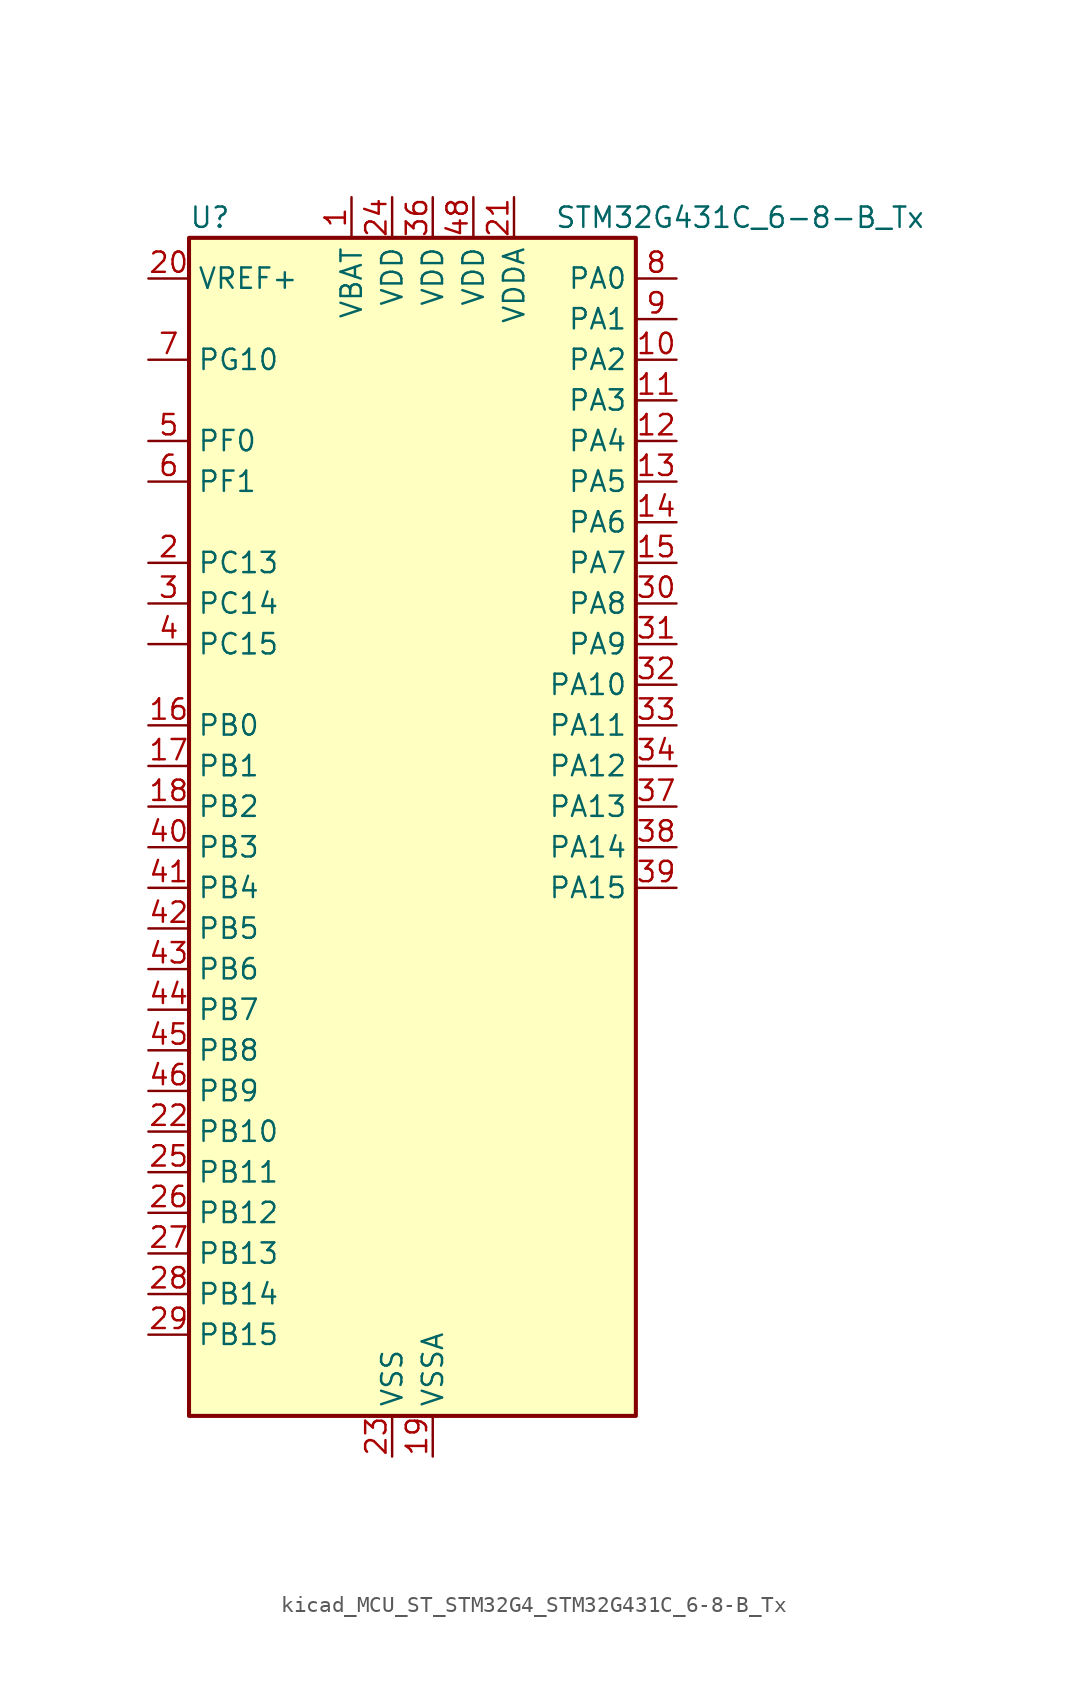
<source format=kicad_sym>
(kicad_symbol_lib
  (version 20220914)
  (generator kicad_symbol_editor)
  (symbol "kicad_MCU_ST_STM32G4_STM32G431C_6-8-B_Tx"
    (property "Reference" "U"
      (at -12.7 39.37 0)
      (effects (font (size 1.27 1.27)) (justify left)))
    (property "Value" "STM32G431C_6-8-B_Tx"
      (at 10.16 39.37 0)
      (effects (font (size 1.27 1.27)) (justify left)))
    (property "ki_locked" ""
      (at 0 0 0)
      (effects (font (size 1.27 1.27))))
    (symbol "kicad_MCU_ST_STM32G4_STM32G431C_6-8-B_Tx_0_1"
      (rectangle (start -12.7 -35.56) (end 15.24 38.1) (stroke (width 0.254) (type default)) (fill (type background))))
    (symbol "kicad_MCU_ST_STM32G4_STM32G431C_6-8-B_Tx_1_1"
      (pin power_in line (at -2.54 40.64 270) (length 2.54) (name "VBAT" (effects (font (size 1.27 1.27)))) (number "1" (effects (font (size 1.27 1.27)))))
      (pin bidirectional line (at 17.78 30.48 180) (length 2.54) (name "PA2" (effects (font (size 1.27 1.27)))) (number "10" (effects (font (size 1.27 1.27)))) (alternate "ADC1_IN3" bidirectional line) (alternate "COMP2_INM" bidirectional line) (alternate "COMP2_OUT" bidirectional line) (alternate "LPUART1_TX" bidirectional line) (alternate "OPAMP1_VOUT" bidirectional line) (alternate "RCC_LSCO" bidirectional line) (alternate "SYS_WKUP4" bidirectional line) (alternate "TIM15_CH1" bidirectional line) (alternate "TIM2_CH3" bidirectional line) (alternate "UCPD1_FRSTX1" bidirectional line) (alternate "UCPD1_FRSTX2" bidirectional line) (alternate "USART2_TX" bidirectional line))
      (pin bidirectional line (at 17.78 27.94 180) (length 2.54) (name "PA3" (effects (font (size 1.27 1.27)))) (number "11" (effects (font (size 1.27 1.27)))) (alternate "ADC1_IN4" bidirectional line) (alternate "COMP2_INP" bidirectional line) (alternate "LPUART1_RX" bidirectional line) (alternate "OPAMP1_VINM" bidirectional line) (alternate "OPAMP1_VINM0" bidirectional line) (alternate "OPAMP1_VINM_SEC" bidirectional line) (alternate "OPAMP1_VINP" bidirectional line) (alternate "OPAMP1_VINP_SEC" bidirectional line) (alternate "SAI1_CK1" bidirectional line) (alternate "SAI1_MCLK_A" bidirectional line) (alternate "TIM15_CH2" bidirectional line) (alternate "TIM2_CH4" bidirectional line) (alternate "USART2_RX" bidirectional line))
      (pin bidirectional line (at 17.78 25.4 180) (length 2.54) (name "PA4" (effects (font (size 1.27 1.27)))) (number "12" (effects (font (size 1.27 1.27)))) (alternate "ADC2_IN17" bidirectional line) (alternate "COMP1_INM" bidirectional line) (alternate "DAC1_OUT1" bidirectional line) (alternate "I2S3_WS" bidirectional line) (alternate "SAI1_FS_B" bidirectional line) (alternate "SPI1_NSS" bidirectional line) (alternate "SPI3_NSS" bidirectional line) (alternate "TIM3_CH2" bidirectional line) (alternate "USART2_CK" bidirectional line))
      (pin bidirectional line (at 17.78 22.86 180) (length 2.54) (name "PA5" (effects (font (size 1.27 1.27)))) (number "13" (effects (font (size 1.27 1.27)))) (alternate "ADC2_IN13" bidirectional line) (alternate "COMP2_INM" bidirectional line) (alternate "DAC1_OUT2" bidirectional line) (alternate "OPAMP2_VINM" bidirectional line) (alternate "OPAMP2_VINM0" bidirectional line) (alternate "OPAMP2_VINM_SEC" bidirectional line) (alternate "SPI1_SCK" bidirectional line) (alternate "TIM2_CH1" bidirectional line) (alternate "TIM2_ETR" bidirectional line) (alternate "UCPD1_FRSTX1" bidirectional line) (alternate "UCPD1_FRSTX2" bidirectional line))
      (pin bidirectional line (at 17.78 20.32 180) (length 2.54) (name "PA6" (effects (font (size 1.27 1.27)))) (number "14" (effects (font (size 1.27 1.27)))) (alternate "ADC2_IN3" bidirectional line) (alternate "COMP1_OUT" bidirectional line) (alternate "LPUART1_CTS" bidirectional line) (alternate "OPAMP2_VOUT" bidirectional line) (alternate "SPI1_MISO" bidirectional line) (alternate "TIM16_CH1" bidirectional line) (alternate "TIM1_BKIN" bidirectional line) (alternate "TIM3_CH1" bidirectional line) (alternate "TIM8_BKIN" bidirectional line))
      (pin bidirectional line (at 17.78 17.78 180) (length 2.54) (name "PA7" (effects (font (size 1.27 1.27)))) (number "15" (effects (font (size 1.27 1.27)))) (alternate "ADC2_IN4" bidirectional line) (alternate "COMP2_INP" bidirectional line) (alternate "COMP2_OUT" bidirectional line) (alternate "OPAMP1_VINP" bidirectional line) (alternate "OPAMP1_VINP_SEC" bidirectional line) (alternate "OPAMP2_VINP" bidirectional line) (alternate "OPAMP2_VINP_SEC" bidirectional line) (alternate "SPI1_MOSI" bidirectional line) (alternate "TIM17_CH1" bidirectional line) (alternate "TIM1_CH1N" bidirectional line) (alternate "TIM3_CH2" bidirectional line) (alternate "TIM8_CH1N" bidirectional line) (alternate "UCPD1_FRSTX1" bidirectional line) (alternate "UCPD1_FRSTX2" bidirectional line))
      (pin bidirectional line (at -15.24 7.62 0) (length 2.54) (name "PB0" (effects (font (size 1.27 1.27)))) (number "16" (effects (font (size 1.27 1.27)))) (alternate "ADC1_IN15" bidirectional line) (alternate "COMP4_INP" bidirectional line) (alternate "OPAMP2_VINP" bidirectional line) (alternate "OPAMP2_VINP_SEC" bidirectional line) (alternate "OPAMP3_VINP" bidirectional line) (alternate "OPAMP3_VINP_SEC" bidirectional line) (alternate "TIM1_CH2N" bidirectional line) (alternate "TIM3_CH3" bidirectional line) (alternate "TIM8_CH2N" bidirectional line) (alternate "UCPD1_FRSTX1" bidirectional line) (alternate "UCPD1_FRSTX2" bidirectional line))
      (pin bidirectional line (at -15.24 5.08 0) (length 2.54) (name "PB1" (effects (font (size 1.27 1.27)))) (number "17" (effects (font (size 1.27 1.27)))) (alternate "ADC1_IN12" bidirectional line) (alternate "COMP1_INP" bidirectional line) (alternate "COMP4_OUT" bidirectional line) (alternate "LPUART1_DE" bidirectional line) (alternate "LPUART1_RTS" bidirectional line) (alternate "OPAMP3_VOUT" bidirectional line) (alternate "TIM1_CH3N" bidirectional line) (alternate "TIM3_CH4" bidirectional line) (alternate "TIM8_CH3N" bidirectional line))
      (pin bidirectional line (at -15.24 2.54 0) (length 2.54) (name "PB2" (effects (font (size 1.27 1.27)))) (number "18" (effects (font (size 1.27 1.27)))) (alternate "ADC2_IN12" bidirectional line) (alternate "COMP4_INM" bidirectional line) (alternate "I2C3_SMBA" bidirectional line) (alternate "LPTIM1_OUT" bidirectional line) (alternate "OPAMP3_VINM" bidirectional line) (alternate "OPAMP3_VINM0" bidirectional line) (alternate "OPAMP3_VINM_SEC" bidirectional line) (alternate "RTC_OUT2" bidirectional line))
      (pin power_in line (at 2.54 -38.1 90) (length 2.54) (name "VSSA" (effects (font (size 1.27 1.27)))) (number "19" (effects (font (size 1.27 1.27)))))
      (pin bidirectional line (at -15.24 17.78 0) (length 2.54) (name "PC13" (effects (font (size 1.27 1.27)))) (number "2" (effects (font (size 1.27 1.27)))) (alternate "RTC_OUT1" bidirectional line) (alternate "RTC_TAMP1" bidirectional line) (alternate "RTC_TS" bidirectional line) (alternate "SYS_WKUP2" bidirectional line) (alternate "TIM1_BKIN" bidirectional line) (alternate "TIM1_CH1N" bidirectional line) (alternate "TIM8_CH4N" bidirectional line))
      (pin input line (at -15.24 35.56 0) (length 2.54) (name "VREF+" (effects (font (size 1.27 1.27)))) (number "20" (effects (font (size 1.27 1.27)))) (alternate "VREFBUF_OUT" bidirectional line))
      (pin power_in line (at 7.62 40.64 270) (length 2.54) (name "VDDA" (effects (font (size 1.27 1.27)))) (number "21" (effects (font (size 1.27 1.27)))))
      (pin bidirectional line (at -15.24 -17.78 0) (length 2.54) (name "PB10" (effects (font (size 1.27 1.27)))) (number "22" (effects (font (size 1.27 1.27)))) (alternate "DAC1_EXTI10" bidirectional line) (alternate "DAC3_EXTI10" bidirectional line) (alternate "LPUART1_RX" bidirectional line) (alternate "OPAMP3_VINM" bidirectional line) (alternate "OPAMP3_VINM1" bidirectional line) (alternate "OPAMP3_VINM_SEC" bidirectional line) (alternate "SAI1_SCK_A" bidirectional line) (alternate "TIM1_BKIN" bidirectional line) (alternate "TIM2_CH3" bidirectional line) (alternate "USART3_TX" bidirectional line))
      (pin power_in line (at 0 -38.1 90) (length 2.54) (name "VSS" (effects (font (size 1.27 1.27)))) (number "23" (effects (font (size 1.27 1.27)))))
      (pin power_in line (at 0 40.64 270) (length 2.54) (name "VDD" (effects (font (size 1.27 1.27)))) (number "24" (effects (font (size 1.27 1.27)))))
      (pin bidirectional line (at -15.24 -20.32 0) (length 2.54) (name "PB11" (effects (font (size 1.27 1.27)))) (number "25" (effects (font (size 1.27 1.27)))) (alternate "ADC1_EXTI11" bidirectional line) (alternate "ADC1_IN14" bidirectional line) (alternate "ADC2_EXTI11" bidirectional line) (alternate "ADC2_IN14" bidirectional line) (alternate "LPUART1_TX" bidirectional line) (alternate "TIM2_CH4" bidirectional line) (alternate "USART3_RX" bidirectional line))
      (pin bidirectional line (at -15.24 -22.86 0) (length 2.54) (name "PB12" (effects (font (size 1.27 1.27)))) (number "26" (effects (font (size 1.27 1.27)))) (alternate "ADC1_IN11" bidirectional line) (alternate "I2C2_SMBA" bidirectional line) (alternate "I2S2_WS" bidirectional line) (alternate "LPUART1_DE" bidirectional line) (alternate "LPUART1_RTS" bidirectional line) (alternate "SPI2_NSS" bidirectional line) (alternate "TIM1_BKIN" bidirectional line) (alternate "USART3_CK" bidirectional line))
      (pin bidirectional line (at -15.24 -25.4 0) (length 2.54) (name "PB13" (effects (font (size 1.27 1.27)))) (number "27" (effects (font (size 1.27 1.27)))) (alternate "I2S2_CK" bidirectional line) (alternate "LPUART1_CTS" bidirectional line) (alternate "OPAMP3_VINP" bidirectional line) (alternate "OPAMP3_VINP_SEC" bidirectional line) (alternate "SPI2_SCK" bidirectional line) (alternate "TIM1_CH1N" bidirectional line) (alternate "USART3_CTS" bidirectional line) (alternate "USART3_NSS" bidirectional line))
      (pin bidirectional line (at -15.24 -27.94 0) (length 2.54) (name "PB14" (effects (font (size 1.27 1.27)))) (number "28" (effects (font (size 1.27 1.27)))) (alternate "ADC1_IN5" bidirectional line) (alternate "COMP4_OUT" bidirectional line) (alternate "OPAMP2_VINP" bidirectional line) (alternate "OPAMP2_VINP_SEC" bidirectional line) (alternate "SPI2_MISO" bidirectional line) (alternate "TIM15_CH1" bidirectional line) (alternate "TIM1_CH2N" bidirectional line) (alternate "USART3_DE" bidirectional line) (alternate "USART3_RTS" bidirectional line))
      (pin bidirectional line (at -15.24 -30.48 0) (length 2.54) (name "PB15" (effects (font (size 1.27 1.27)))) (number "29" (effects (font (size 1.27 1.27)))) (alternate "ADC1_EXTI15" bidirectional line) (alternate "ADC2_EXTI15" bidirectional line) (alternate "ADC2_IN15" bidirectional line) (alternate "COMP3_OUT" bidirectional line) (alternate "I2S2_SD" bidirectional line) (alternate "RTC_REFIN" bidirectional line) (alternate "SPI2_MOSI" bidirectional line) (alternate "TIM15_CH1N" bidirectional line) (alternate "TIM15_CH2" bidirectional line) (alternate "TIM1_CH3N" bidirectional line))
      (pin bidirectional line (at -15.24 15.24 0) (length 2.54) (name "PC14" (effects (font (size 1.27 1.27)))) (number "3" (effects (font (size 1.27 1.27)))) (alternate "RCC_OSC32_IN" bidirectional line))
      (pin bidirectional line (at 17.78 15.24 180) (length 2.54) (name "PA8" (effects (font (size 1.27 1.27)))) (number "30" (effects (font (size 1.27 1.27)))) (alternate "I2C2_SDA" bidirectional line) (alternate "I2C3_SCL" bidirectional line) (alternate "I2S2_MCK" bidirectional line) (alternate "RCC_MCO" bidirectional line) (alternate "SAI1_CK2" bidirectional line) (alternate "SAI1_SCK_A" bidirectional line) (alternate "TIM1_CH1" bidirectional line) (alternate "TIM4_ETR" bidirectional line) (alternate "USART1_CK" bidirectional line))
      (pin bidirectional line (at 17.78 12.7 180) (length 2.54) (name "PA9" (effects (font (size 1.27 1.27)))) (number "31" (effects (font (size 1.27 1.27)))) (alternate "DAC1_EXTI9" bidirectional line) (alternate "DAC3_EXTI9" bidirectional line) (alternate "I2C2_SCL" bidirectional line) (alternate "I2C3_SMBA" bidirectional line) (alternate "I2S3_MCK" bidirectional line) (alternate "SAI1_FS_A" bidirectional line) (alternate "TIM15_BKIN" bidirectional line) (alternate "TIM1_CH2" bidirectional line) (alternate "TIM2_CH3" bidirectional line) (alternate "UCPD1_DBCC1" bidirectional line) (alternate "USART1_TX" bidirectional line))
      (pin bidirectional line (at 17.78 10.16 180) (length 2.54) (name "PA10" (effects (font (size 1.27 1.27)))) (number "32" (effects (font (size 1.27 1.27)))) (alternate "CRS_SYNC" bidirectional line) (alternate "DAC1_EXTI10" bidirectional line) (alternate "DAC3_EXTI10" bidirectional line) (alternate "I2C2_SMBA" bidirectional line) (alternate "SAI1_D1" bidirectional line) (alternate "SAI1_SD_A" bidirectional line) (alternate "SPI2_MISO" bidirectional line) (alternate "TIM17_BKIN" bidirectional line) (alternate "TIM1_CH3" bidirectional line) (alternate "TIM2_CH4" bidirectional line) (alternate "TIM8_BKIN" bidirectional line) (alternate "UCPD1_DBCC2" bidirectional line) (alternate "USART1_RX" bidirectional line))
      (pin bidirectional line (at 17.78 7.62 180) (length 2.54) (name "PA11" (effects (font (size 1.27 1.27)))) (number "33" (effects (font (size 1.27 1.27)))) (alternate "ADC1_EXTI11" bidirectional line) (alternate "ADC2_EXTI11" bidirectional line) (alternate "COMP1_OUT" bidirectional line) (alternate "FDCAN1_RX" bidirectional line) (alternate "I2S2_SD" bidirectional line) (alternate "SPI2_MOSI" bidirectional line) (alternate "TIM1_BKIN2" bidirectional line) (alternate "TIM1_CH1N" bidirectional line) (alternate "TIM1_CH4" bidirectional line) (alternate "TIM4_CH1" bidirectional line) (alternate "USART1_CTS" bidirectional line) (alternate "USART1_NSS" bidirectional line) (alternate "USB_DM" bidirectional line))
      (pin bidirectional line (at 17.78 5.08 180) (length 2.54) (name "PA12" (effects (font (size 1.27 1.27)))) (number "34" (effects (font (size 1.27 1.27)))) (alternate "COMP2_OUT" bidirectional line) (alternate "FDCAN1_TX" bidirectional line) (alternate "I2S_CKIN" bidirectional line) (alternate "TIM16_CH1" bidirectional line) (alternate "TIM1_CH2N" bidirectional line) (alternate "TIM1_ETR" bidirectional line) (alternate "TIM4_CH2" bidirectional line) (alternate "USART1_DE" bidirectional line) (alternate "USART1_RTS" bidirectional line) (alternate "USB_DP" bidirectional line))
      (pin passive line (at 0 -38.1 90) (length 2.54) hide (name "VSS" (effects (font (size 1.27 1.27)))) (number "35" (effects (font (size 1.27 1.27)))))
      (pin power_in line (at 2.54 40.64 270) (length 2.54) (name "VDD" (effects (font (size 1.27 1.27)))) (number "36" (effects (font (size 1.27 1.27)))))
      (pin bidirectional line (at 17.78 2.54 180) (length 2.54) (name "PA13" (effects (font (size 1.27 1.27)))) (number "37" (effects (font (size 1.27 1.27)))) (alternate "I2C1_SCL" bidirectional line) (alternate "IR_OUT" bidirectional line) (alternate "SAI1_SD_B" bidirectional line) (alternate "SYS_JTMS-SWDIO" bidirectional line) (alternate "TIM16_CH1N" bidirectional line) (alternate "TIM4_CH3" bidirectional line) (alternate "USART3_CTS" bidirectional line) (alternate "USART3_NSS" bidirectional line))
      (pin bidirectional line (at 17.78 0 180) (length 2.54) (name "PA14" (effects (font (size 1.27 1.27)))) (number "38" (effects (font (size 1.27 1.27)))) (alternate "I2C1_SDA" bidirectional line) (alternate "LPTIM1_OUT" bidirectional line) (alternate "SAI1_FS_B" bidirectional line) (alternate "SYS_JTCK-SWCLK" bidirectional line) (alternate "TIM1_BKIN" bidirectional line) (alternate "TIM8_CH2" bidirectional line) (alternate "USART2_TX" bidirectional line))
      (pin bidirectional line (at 17.78 -2.54 180) (length 2.54) (name "PA15" (effects (font (size 1.27 1.27)))) (number "39" (effects (font (size 1.27 1.27)))) (alternate "ADC1_EXTI15" bidirectional line) (alternate "ADC2_EXTI15" bidirectional line) (alternate "I2C1_SCL" bidirectional line) (alternate "I2S3_WS" bidirectional line) (alternate "SPI1_NSS" bidirectional line) (alternate "SPI3_NSS" bidirectional line) (alternate "SYS_JTDI" bidirectional line) (alternate "TIM1_BKIN" bidirectional line) (alternate "TIM2_CH1" bidirectional line) (alternate "TIM2_ETR" bidirectional line) (alternate "TIM8_CH1" bidirectional line) (alternate "USART2_RX" bidirectional line))
      (pin bidirectional line (at -15.24 12.7 0) (length 2.54) (name "PC15" (effects (font (size 1.27 1.27)))) (number "4" (effects (font (size 1.27 1.27)))) (alternate "ADC1_EXTI15" bidirectional line) (alternate "ADC2_EXTI15" bidirectional line) (alternate "RCC_OSC32_OUT" bidirectional line))
      (pin bidirectional line (at -15.24 0 0) (length 2.54) (name "PB3" (effects (font (size 1.27 1.27)))) (number "40" (effects (font (size 1.27 1.27)))) (alternate "CRS_SYNC" bidirectional line) (alternate "I2S3_CK" bidirectional line) (alternate "SAI1_SCK_B" bidirectional line) (alternate "SPI1_SCK" bidirectional line) (alternate "SPI3_SCK" bidirectional line) (alternate "SYS_JTDO-SWO" bidirectional line) (alternate "TIM2_CH2" bidirectional line) (alternate "TIM3_ETR" bidirectional line) (alternate "TIM4_ETR" bidirectional line) (alternate "TIM8_CH1N" bidirectional line) (alternate "USART2_TX" bidirectional line))
      (pin bidirectional line (at -15.24 -2.54 0) (length 2.54) (name "PB4" (effects (font (size 1.27 1.27)))) (number "41" (effects (font (size 1.27 1.27)))) (alternate "SAI1_MCLK_B" bidirectional line) (alternate "SPI1_MISO" bidirectional line) (alternate "SPI3_MISO" bidirectional line) (alternate "SYS_JTRST" bidirectional line) (alternate "TIM16_CH1" bidirectional line) (alternate "TIM17_BKIN" bidirectional line) (alternate "TIM3_CH1" bidirectional line) (alternate "TIM8_CH2N" bidirectional line) (alternate "UCPD1_CC2" bidirectional line) (alternate "USART2_RX" bidirectional line))
      (pin bidirectional line (at -15.24 -5.08 0) (length 2.54) (name "PB5" (effects (font (size 1.27 1.27)))) (number "42" (effects (font (size 1.27 1.27)))) (alternate "I2C1_SMBA" bidirectional line) (alternate "I2C3_SDA" bidirectional line) (alternate "I2S3_SD" bidirectional line) (alternate "LPTIM1_IN1" bidirectional line) (alternate "SAI1_SD_B" bidirectional line) (alternate "SPI1_MOSI" bidirectional line) (alternate "SPI3_MOSI" bidirectional line) (alternate "TIM16_BKIN" bidirectional line) (alternate "TIM17_CH1" bidirectional line) (alternate "TIM3_CH2" bidirectional line) (alternate "TIM8_CH3N" bidirectional line) (alternate "USART2_CK" bidirectional line))
      (pin bidirectional line (at -15.24 -7.62 0) (length 2.54) (name "PB6" (effects (font (size 1.27 1.27)))) (number "43" (effects (font (size 1.27 1.27)))) (alternate "COMP4_OUT" bidirectional line) (alternate "LPTIM1_ETR" bidirectional line) (alternate "SAI1_FS_B" bidirectional line) (alternate "TIM16_CH1N" bidirectional line) (alternate "TIM4_CH1" bidirectional line) (alternate "TIM8_BKIN2" bidirectional line) (alternate "TIM8_CH1" bidirectional line) (alternate "TIM8_ETR" bidirectional line) (alternate "UCPD1_CC1" bidirectional line) (alternate "USART1_TX" bidirectional line))
      (pin bidirectional line (at -15.24 -10.16 0) (length 2.54) (name "PB7" (effects (font (size 1.27 1.27)))) (number "44" (effects (font (size 1.27 1.27)))) (alternate "COMP3_OUT" bidirectional line) (alternate "I2C1_SDA" bidirectional line) (alternate "LPTIM1_IN2" bidirectional line) (alternate "SYS_PVD_IN" bidirectional line) (alternate "TIM17_CH1N" bidirectional line) (alternate "TIM3_CH4" bidirectional line) (alternate "TIM4_CH2" bidirectional line) (alternate "TIM8_BKIN" bidirectional line) (alternate "USART1_RX" bidirectional line))
      (pin bidirectional line (at -15.24 -12.7 0) (length 2.54) (name "PB8" (effects (font (size 1.27 1.27)))) (number "45" (effects (font (size 1.27 1.27)))) (alternate "COMP1_OUT" bidirectional line) (alternate "FDCAN1_RX" bidirectional line) (alternate "I2C1_SCL" bidirectional line) (alternate "SAI1_CK1" bidirectional line) (alternate "SAI1_MCLK_A" bidirectional line) (alternate "TIM16_CH1" bidirectional line) (alternate "TIM1_BKIN" bidirectional line) (alternate "TIM4_CH3" bidirectional line) (alternate "TIM8_CH2" bidirectional line) (alternate "USART3_RX" bidirectional line))
      (pin bidirectional line (at -15.24 -15.24 0) (length 2.54) (name "PB9" (effects (font (size 1.27 1.27)))) (number "46" (effects (font (size 1.27 1.27)))) (alternate "COMP2_OUT" bidirectional line) (alternate "DAC1_EXTI9" bidirectional line) (alternate "DAC3_EXTI9" bidirectional line) (alternate "FDCAN1_TX" bidirectional line) (alternate "I2C1_SDA" bidirectional line) (alternate "IR_OUT" bidirectional line) (alternate "SAI1_D2" bidirectional line) (alternate "SAI1_FS_A" bidirectional line) (alternate "TIM17_CH1" bidirectional line) (alternate "TIM1_CH3N" bidirectional line) (alternate "TIM4_CH4" bidirectional line) (alternate "TIM8_CH3" bidirectional line) (alternate "USART3_TX" bidirectional line))
      (pin passive line (at 0 -38.1 90) (length 2.54) hide (name "VSS" (effects (font (size 1.27 1.27)))) (number "47" (effects (font (size 1.27 1.27)))))
      (pin power_in line (at 5.08 40.64 270) (length 2.54) (name "VDD" (effects (font (size 1.27 1.27)))) (number "48" (effects (font (size 1.27 1.27)))))
      (pin bidirectional line (at -15.24 25.4 0) (length 2.54) (name "PF0" (effects (font (size 1.27 1.27)))) (number "5" (effects (font (size 1.27 1.27)))) (alternate "ADC1_IN10" bidirectional line) (alternate "I2C2_SDA" bidirectional line) (alternate "I2S2_WS" bidirectional line) (alternate "RCC_OSC_IN" bidirectional line) (alternate "SPI2_NSS" bidirectional line) (alternate "TIM1_CH3N" bidirectional line))
      (pin bidirectional line (at -15.24 22.86 0) (length 2.54) (name "PF1" (effects (font (size 1.27 1.27)))) (number "6" (effects (font (size 1.27 1.27)))) (alternate "ADC2_IN10" bidirectional line) (alternate "COMP3_INM" bidirectional line) (alternate "I2S2_CK" bidirectional line) (alternate "RCC_OSC_OUT" bidirectional line) (alternate "SPI2_SCK" bidirectional line))
      (pin bidirectional line (at -15.24 30.48 0) (length 2.54) (name "PG10" (effects (font (size 1.27 1.27)))) (number "7" (effects (font (size 1.27 1.27)))) (alternate "DAC1_EXTI10" bidirectional line) (alternate "DAC3_EXTI10" bidirectional line) (alternate "RCC_MCO" bidirectional line))
      (pin bidirectional line (at 17.78 35.56 180) (length 2.54) (name "PA0" (effects (font (size 1.27 1.27)))) (number "8" (effects (font (size 1.27 1.27)))) (alternate "ADC1_IN1" bidirectional line) (alternate "ADC2_IN1" bidirectional line) (alternate "COMP1_INM" bidirectional line) (alternate "COMP1_OUT" bidirectional line) (alternate "COMP3_INP" bidirectional line) (alternate "RTC_TAMP2" bidirectional line) (alternate "SYS_WKUP1" bidirectional line) (alternate "TIM2_CH1" bidirectional line) (alternate "TIM2_ETR" bidirectional line) (alternate "TIM8_BKIN" bidirectional line) (alternate "TIM8_ETR" bidirectional line) (alternate "USART2_CTS" bidirectional line) (alternate "USART2_NSS" bidirectional line))
      (pin bidirectional line (at 17.78 33.02 180) (length 2.54) (name "PA1" (effects (font (size 1.27 1.27)))) (number "9" (effects (font (size 1.27 1.27)))) (alternate "ADC1_IN2" bidirectional line) (alternate "ADC2_IN2" bidirectional line) (alternate "COMP1_INP" bidirectional line) (alternate "OPAMP1_VINP" bidirectional line) (alternate "OPAMP1_VINP_SEC" bidirectional line) (alternate "OPAMP3_VINP" bidirectional line) (alternate "OPAMP3_VINP_SEC" bidirectional line) (alternate "RTC_REFIN" bidirectional line) (alternate "TIM15_CH1N" bidirectional line) (alternate "TIM2_CH2" bidirectional line) (alternate "USART2_DE" bidirectional line) (alternate "USART2_RTS" bidirectional line)))))
</source>
